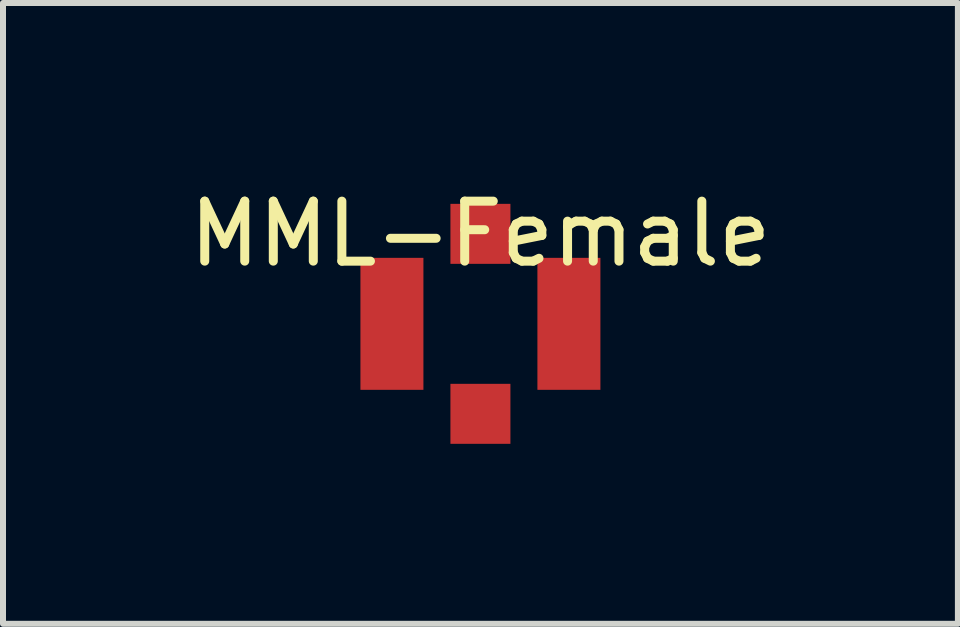
<source format=kicad_pcb>
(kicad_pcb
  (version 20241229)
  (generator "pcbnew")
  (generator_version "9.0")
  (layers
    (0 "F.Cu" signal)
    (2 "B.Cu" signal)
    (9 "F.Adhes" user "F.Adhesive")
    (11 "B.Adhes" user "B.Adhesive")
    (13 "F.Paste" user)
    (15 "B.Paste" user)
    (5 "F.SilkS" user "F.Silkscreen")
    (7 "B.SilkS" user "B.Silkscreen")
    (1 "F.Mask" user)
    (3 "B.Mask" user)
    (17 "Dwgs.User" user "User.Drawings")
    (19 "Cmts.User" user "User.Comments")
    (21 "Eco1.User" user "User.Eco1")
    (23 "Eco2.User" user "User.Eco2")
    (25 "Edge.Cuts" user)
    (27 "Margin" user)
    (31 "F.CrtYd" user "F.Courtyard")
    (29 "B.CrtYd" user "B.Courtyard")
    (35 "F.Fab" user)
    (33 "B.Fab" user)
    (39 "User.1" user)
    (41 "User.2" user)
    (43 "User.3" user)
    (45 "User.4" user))
  (footprint "MML-Female"
    (layer "F.Cu")
    (at 4.958 2.348)
    (property "Reference" "MML-Female" (at 0 -1.5 0) (layer "F.SilkS") (effects (font (size 1 1) (thickness 0.15))))
    (attr through_hole)
    (pad "1" smd rect (at 0 1.5) (size 1 1) (layers "F.Cu" "F.Mask" "F.Paste"))
    (pad "2" smd rect (at -1.475 0) (size 1.05 2.2) (layers "F.Cu" "F.Mask" "F.Paste"))
    (pad "2" smd rect (at 0 -1.5) (size 1 1) (layers "F.Cu" "F.Mask" "F.Paste"))
    (pad "2" smd rect (at 1.475 0) (size 1.05 2.2) (layers "F.Cu" "F.Mask" "F.Paste")))
  (gr_rect
    (start -3 -3)
    (end 12.917 7.348)
    (stroke (width 0.1) (type default))
    (fill no)
    (layer "Edge.Cuts")))
</source>
